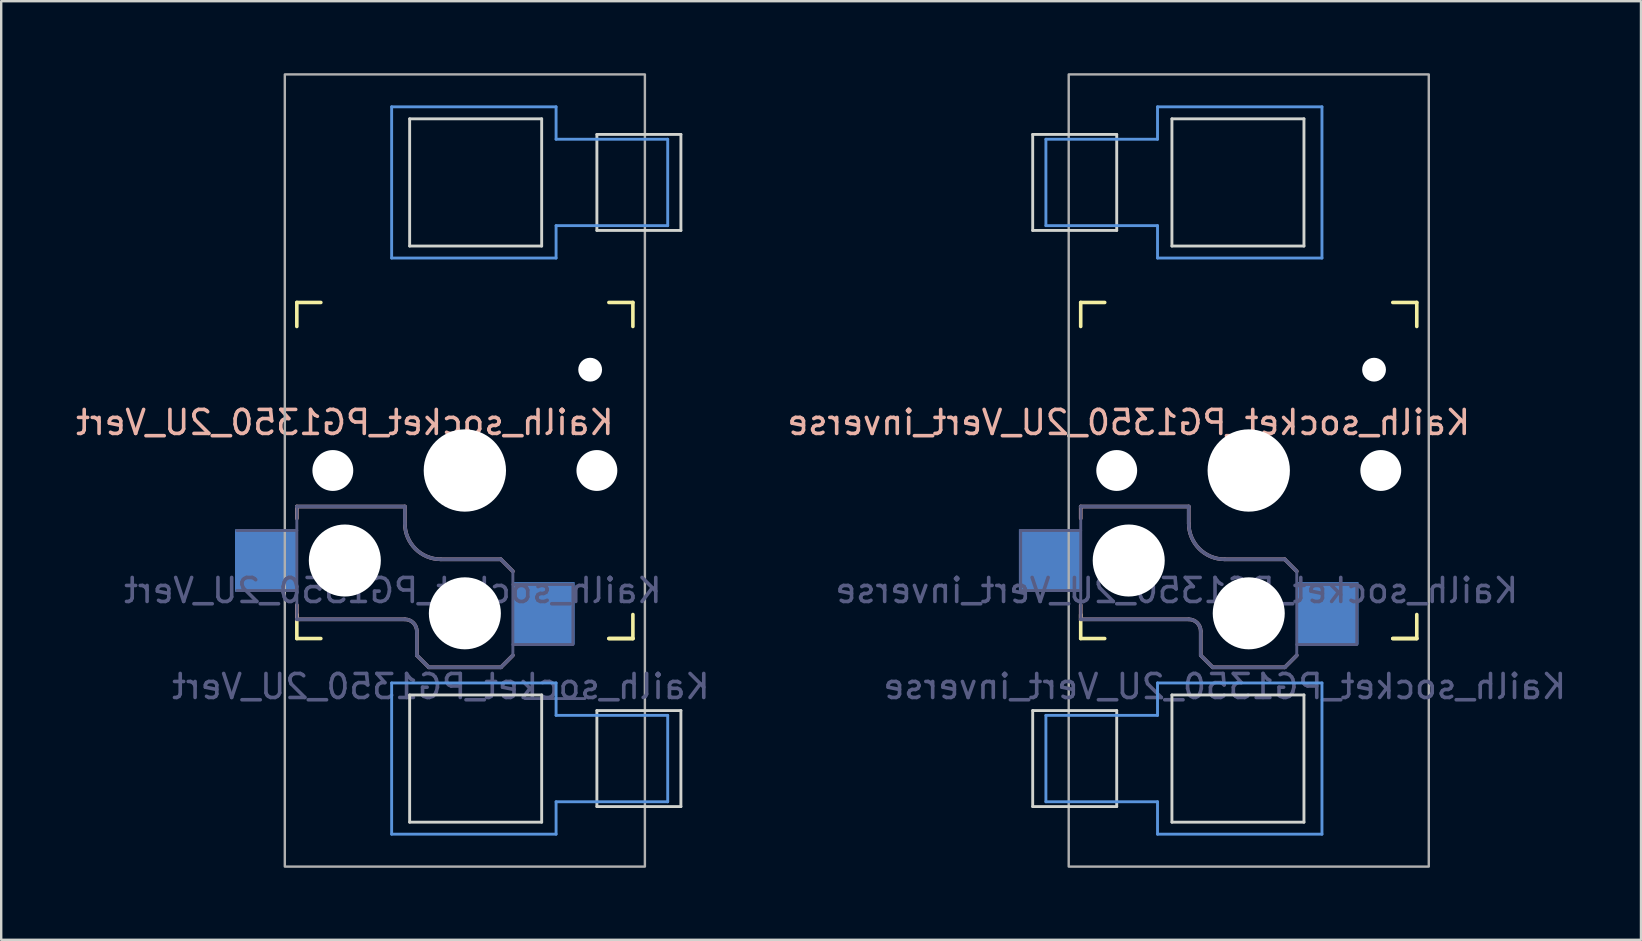
<source format=kicad_pcb>
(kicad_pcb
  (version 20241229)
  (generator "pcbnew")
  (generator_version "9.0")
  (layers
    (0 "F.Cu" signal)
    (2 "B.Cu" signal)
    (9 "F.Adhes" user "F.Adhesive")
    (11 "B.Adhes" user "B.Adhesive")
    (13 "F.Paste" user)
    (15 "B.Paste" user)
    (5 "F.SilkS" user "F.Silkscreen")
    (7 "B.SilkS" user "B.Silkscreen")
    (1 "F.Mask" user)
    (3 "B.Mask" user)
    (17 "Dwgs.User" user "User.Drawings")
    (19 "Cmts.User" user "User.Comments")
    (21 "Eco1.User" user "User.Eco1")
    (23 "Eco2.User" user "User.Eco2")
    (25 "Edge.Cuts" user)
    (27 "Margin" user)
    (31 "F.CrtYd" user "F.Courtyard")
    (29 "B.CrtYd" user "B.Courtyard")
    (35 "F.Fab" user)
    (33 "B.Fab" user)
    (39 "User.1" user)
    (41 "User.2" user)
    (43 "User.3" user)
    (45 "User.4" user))
  (footprint "Kailh_socket_PG1350_2U_Vert_inverse"
    (layer "F.Cu")
    (at 48.97 16.55)
    (property "Reference" "Kailh_socket_PG1350_2U_Vert_inverse" (at -5 -2 0) (layer "B.SilkS") (effects (font (size 1 1) (thickness 0.15)) (justify mirror)))
    (property "Value" "Kailh_socket_PG1350_2U_Vert_inverse" (at 0 8.255 0) (layer "F.Fab") (hide yes) (effects (font (size 1 1) (thickness 0.15))))
    (attr smd)
    (fp_line (start -7 -6) (end -7 -7) (stroke (width 0.15) (type solid)) (layer "F.SilkS"))
    (fp_line (start -7 7) (end -7 6) (stroke (width 0.15) (type solid)) (layer "F.SilkS"))
    (fp_line (start -7 7) (end -6 7) (stroke (width 0.15) (type solid)) (layer "F.SilkS"))
    (fp_line (start -6 -7) (end -7 -7) (stroke (width 0.15) (type solid)) (layer "F.SilkS"))
    (fp_line (start 6 7) (end 7 7) (stroke (width 0.15) (type solid)) (layer "F.SilkS"))
    (fp_line (start 7 -7) (end 6 -7) (stroke (width 0.15) (type solid)) (layer "F.SilkS"))
    (fp_line (start 7 -7) (end 7 -6) (stroke (width 0.15) (type solid)) (layer "F.SilkS"))
    (fp_line (start 7 6) (end 7 7) (stroke (width 0.15) (type solid)) (layer "F.SilkS"))
    (fp_line (start 7 7) (end 6 7) (stroke (width 0.15) (type solid)) (layer "F.SilkS"))
    (fp_line (start -7 1.5) (end -7 2) (stroke (width 0.15) (type solid)) (layer "B.SilkS"))
    (fp_line (start -7 5.6) (end -7 6.2) (stroke (width 0.15) (type solid)) (layer "B.SilkS"))
    (fp_line (start -7 6.2) (end -2.5 6.2) (stroke (width 0.15) (type solid)) (layer "B.SilkS"))
    (fp_line (start -2.5 1.5) (end -7 1.5) (stroke (width 0.15) (type solid)) (layer "B.SilkS"))
    (fp_line (start -2.5 2.2) (end -2.5 1.5) (stroke (width 0.15) (type solid)) (layer "B.SilkS"))
    (fp_line (start -2 6.7) (end -2 7.7) (stroke (width 0.15) (type solid)) (layer "B.SilkS"))
    (fp_line (start -1.5 8.2) (end -2 7.7) (stroke (width 0.15) (type solid)) (layer "B.SilkS"))
    (fp_line (start 1.5 3.7) (end -1 3.7) (stroke (width 0.15) (type solid)) (layer "B.SilkS"))
    (fp_line (start 1.5 8.2) (end -1.5 8.2) (stroke (width 0.15) (type solid)) (layer "B.SilkS"))
    (fp_line (start 2 4.2) (end 1.5 3.7) (stroke (width 0.15) (type solid)) (layer "B.SilkS"))
    (fp_line (start 2 7.7) (end 1.5 8.2) (stroke (width 0.15) (type solid)) (layer "B.SilkS"))
    (fp_arc (start -2.5 6.2) (mid -2.146447 6.346447) (end -2 6.7) (stroke (width 0.15) (type solid)) (layer "B.SilkS"))
    (fp_arc (start -1 3.7) (mid -2.06066 3.26066) (end -2.5 2.2) (stroke (width 0.15) (type solid)) (layer "B.SilkS"))
    (fp_line (start -8.45 -13.8) (end -3.8 -13.8) (stroke (width 0.12) (type solid)) (layer "Cmts.User"))
    (fp_line (start -8.45 -10.2) (end -8.45 -13.8) (stroke (width 0.12) (type solid)) (layer "Cmts.User"))
    (fp_line (start -8.45 -10.2) (end -3.8 -10.2) (stroke (width 0.12) (type solid)) (layer "Cmts.User"))
    (fp_line (start -8.45 10.2) (end -3.8 10.2) (stroke (width 0.12) (type solid)) (layer "Cmts.User"))
    (fp_line (start -8.45 13.8) (end -8.45 10.2) (stroke (width 0.12) (type solid)) (layer "Cmts.User"))
    (fp_line (start -8.45 13.8) (end -3.8 13.8) (stroke (width 0.12) (type solid)) (layer "Cmts.User"))
    (fp_line (start -3.8 -13.8) (end -3.8 -15.15) (stroke (width 0.12) (type solid)) (layer "Cmts.User"))
    (fp_line (start -3.8 -8.85) (end -3.8 -10.2) (stroke (width 0.12) (type solid)) (layer "Cmts.User"))
    (fp_line (start -3.8 10.2) (end -3.8 8.85) (stroke (width 0.12) (type solid)) (layer "Cmts.User"))
    (fp_line (start -3.8 15.15) (end -3.8 13.8) (stroke (width 0.12) (type solid)) (layer "Cmts.User"))
    (fp_line (start 3.05 -15.15) (end -3.8 -15.15) (stroke (width 0.12) (type solid)) (layer "Cmts.User"))
    (fp_line (start 3.05 -8.85) (end -3.8 -8.85) (stroke (width 0.12) (type solid)) (layer "Cmts.User"))
    (fp_line (start 3.05 -8.85) (end 3.05 -15.15) (stroke (width 0.12) (type solid)) (layer "Cmts.User"))
    (fp_line (start 3.05 8.85) (end -3.8 8.85) (stroke (width 0.12) (type solid)) (layer "Cmts.User"))
    (fp_line (start 3.05 15.15) (end -3.8 15.15) (stroke (width 0.12) (type solid)) (layer "Cmts.User"))
    (fp_line (start 3.05 15.15) (end 3.05 8.85) (stroke (width 0.12) (type solid)) (layer "Cmts.User"))
    (fp_line (start -6.9 6.9) (end -6.9 -6.9) (stroke (width 0.15) (type solid)) (layer "Eco2.User"))
    (fp_line (start -6.9 6.9) (end 6.9 6.9) (stroke (width 0.15) (type solid)) (layer "Eco2.User"))
    (fp_line (start -2.6 -3.1) (end -2.6 -6.3) (stroke (width 0.15) (type solid)) (layer "Eco2.User"))
    (fp_line (start -2.6 -3.1) (end 2.6 -3.1) (stroke (width 0.15) (type solid)) (layer "Eco2.User"))
    (fp_line (start 2.6 -6.3) (end -2.6 -6.3) (stroke (width 0.15) (type solid)) (layer "Eco2.User"))
    (fp_line (start 2.6 -3.1) (end 2.6 -6.3) (stroke (width 0.15) (type solid)) (layer "Eco2.User"))
    (fp_line (start 6.9 -6.9) (end -6.9 -6.9) (stroke (width 0.15) (type solid)) (layer "Eco2.User"))
    (fp_line (start 6.9 -6.9) (end 6.9 6.9) (stroke (width 0.15) (type solid)) (layer "Eco2.User"))
    (fp_line (start -9 -10) (end -9 -14) (stroke (width 0.12) (type solid)) (layer "Edge.Cuts"))
    (fp_line (start -9 -10) (end -5.5 -10) (stroke (width 0.12) (type solid)) (layer "Edge.Cuts"))
    (fp_line (start -9 14) (end -9 10) (stroke (width 0.12) (type solid)) (layer "Edge.Cuts"))
    (fp_line (start -9 14) (end -5.5 14) (stroke (width 0.12) (type solid)) (layer "Edge.Cuts"))
    (fp_line (start -5.5 -14) (end -9 -14) (stroke (width 0.12) (type solid)) (layer "Edge.Cuts"))
    (fp_line (start -5.5 -10) (end -5.5 -14) (stroke (width 0.12) (type solid)) (layer "Edge.Cuts"))
    (fp_line (start -5.5 10) (end -9 10) (stroke (width 0.12) (type solid)) (layer "Edge.Cuts"))
    (fp_line (start -5.5 14) (end -5.5 10) (stroke (width 0.12) (type solid)) (layer "Edge.Cuts"))
    (fp_line (start -3.2 -9.35) (end -3.2 -14.65) (stroke (width 0.12) (type solid)) (layer "Edge.Cuts"))
    (fp_line (start -3.2 -9.35) (end 2.3 -9.35) (stroke (width 0.12) (type solid)) (layer "Edge.Cuts"))
    (fp_line (start -3.2 14.65) (end -3.2 9.35) (stroke (width 0.12) (type solid)) (layer "Edge.Cuts"))
    (fp_line (start -3.2 14.65) (end 2.3 14.65) (stroke (width 0.12) (type solid)) (layer "Edge.Cuts"))
    (fp_line (start 2.3 -14.65) (end -3.2 -14.65) (stroke (width 0.12) (type solid)) (layer "Edge.Cuts"))
    (fp_line (start 2.3 -9.35) (end 2.3 -14.65) (stroke (width 0.12) (type solid)) (layer "Edge.Cuts"))
    (fp_line (start 2.3 9.35) (end -3.2 9.35) (stroke (width 0.12) (type solid)) (layer "Edge.Cuts"))
    (fp_line (start 2.3 14.65) (end 2.3 9.35) (stroke (width 0.12) (type solid)) (layer "Edge.Cuts"))
    (fp_line (start -9.5 2.5) (end -9.5 5) (stroke (width 0.12) (type solid)) (layer "B.Fab"))
    (fp_line (start -9.5 2.5) (end -7 2.5) (stroke (width 0.12) (type solid)) (layer "B.Fab"))
    (fp_line (start -7 1.5) (end -7 6.2) (stroke (width 0.12) (type solid)) (layer "B.Fab"))
    (fp_line (start -7 5) (end -9.5 5) (stroke (width 0.12) (type solid)) (layer "B.Fab"))
    (fp_line (start -7 6.2) (end -2.5 6.2) (stroke (width 0.15) (type solid)) (layer "B.Fab"))
    (fp_line (start -2.5 1.5) (end -7 1.5) (stroke (width 0.15) (type solid)) (layer "B.Fab"))
    (fp_line (start -2.5 2.2) (end -2.5 1.5) (stroke (width 0.15) (type solid)) (layer "B.Fab"))
    (fp_line (start -2 6.7) (end -2 7.7) (stroke (width 0.15) (type solid)) (layer "B.Fab"))
    (fp_line (start -1.5 8.2) (end -2 7.7) (stroke (width 0.15) (type solid)) (layer "B.Fab"))
    (fp_line (start 1.5 3.7) (end -1 3.7) (stroke (width 0.15) (type solid)) (layer "B.Fab"))
    (fp_line (start 1.5 8.2) (end -1.5 8.2) (stroke (width 0.15) (type solid)) (layer "B.Fab"))
    (fp_line (start 2 4.2) (end 1.5 3.7) (stroke (width 0.15) (type solid)) (layer "B.Fab"))
    (fp_line (start 2 4.25) (end 2 7.7) (stroke (width 0.12) (type solid)) (layer "B.Fab"))
    (fp_line (start 2 4.75) (end 4.5 4.75) (stroke (width 0.12) (type solid)) (layer "B.Fab"))
    (fp_line (start 2 7.7) (end 1.5 8.2) (stroke (width 0.15) (type solid)) (layer "B.Fab"))
    (fp_line (start 4.5 4.75) (end 4.5 7.25) (stroke (width 0.12) (type solid)) (layer "B.Fab"))
    (fp_line (start 4.5 7.25) (end 2 7.25) (stroke (width 0.12) (type solid)) (layer "B.Fab"))
    (fp_arc (start -2.5 6.2) (mid -2.146447 6.346447) (end -2 6.7) (stroke (width 0.15) (type solid)) (layer "B.Fab"))
    (fp_arc (start -1 3.7) (mid -2.06066 3.26066) (end -2.5 2.2) (stroke (width 0.15) (type solid)) (layer "B.Fab"))
    (fp_rect (start -7.5 16.5) (end 7.5 -16.5) (stroke (width 0.1) (type solid)) (fill no) (layer "F.Fab"))
    (fp_text user "${VALUE}" (at -1 9 0) (layer "B.Fab") (effects (font (size 1 1) (thickness 0.15)) (justify mirror)))
    (fp_text user "${REFERENCE}" (at -3 5 0) (layer "B.Fab") (effects (font (size 1 1) (thickness 0.15)) (justify mirror)))
    (pad "" np_thru_hole circle (at -5.5 0) (size 1.702 1.702) (drill 1.702) (layers "*.Cu" "*.Mask"))
    (pad "" np_thru_hole circle (at -5 3.75) (size 3 3) (drill 3) (layers "*.Cu" "*.Mask"))
    (pad "" np_thru_hole circle (at 0 0 90) (size 3.429 3.429) (drill 3.429) (layers "*.Cu" "*.Mask"))
    (pad "" np_thru_hole circle (at 0 5.95) (size 3 3) (drill 3) (layers "*.Cu" "*.Mask"))
    (pad "" np_thru_hole circle (at 5.22 -4.2) (size 0.991 0.991) (drill 0.991) (layers "*.Cu" "*.Mask"))
    (pad "" np_thru_hole circle (at 5.5 0) (size 1.702 1.702) (drill 1.702) (layers "*.Cu" "*.Mask"))
    (pad "1" smd rect (at 3.275 5.95) (size 2.6 2.6) (layers "B.Cu" "B.Mask" "B.Paste"))
    (pad "2" smd rect (at -8.275 3.75) (size 2.6 2.6) (layers "B.Cu" "B.Mask" "B.Paste")))
  (footprint "Kailh_socket_PG1350_2U_Vert"
    (layer "F.Cu")
    (at 16.315 16.55)
    (property "Reference" "Kailh_socket_PG1350_2U_Vert" (at -5 -2 0) (layer "B.SilkS") (effects (font (size 1 1) (thickness 0.15)) (justify mirror)))
    (property "Value" "Kailh_socket_PG1350_2U_Vert" (at 0 8.255 0) (layer "F.Fab") (hide yes) (effects (font (size 1 1) (thickness 0.15))))
    (attr smd)
    (fp_line (start -7 -6) (end -7 -7) (stroke (width 0.15) (type solid)) (layer "F.SilkS"))
    (fp_line (start -7 7) (end -7 6) (stroke (width 0.15) (type solid)) (layer "F.SilkS"))
    (fp_line (start -7 7) (end -6 7) (stroke (width 0.15) (type solid)) (layer "F.SilkS"))
    (fp_line (start -6 -7) (end -7 -7) (stroke (width 0.15) (type solid)) (layer "F.SilkS"))
    (fp_line (start 6 7) (end 7 7) (stroke (width 0.15) (type solid)) (layer "F.SilkS"))
    (fp_line (start 7 -7) (end 6 -7) (stroke (width 0.15) (type solid)) (layer "F.SilkS"))
    (fp_line (start 7 -7) (end 7 -6) (stroke (width 0.15) (type solid)) (layer "F.SilkS"))
    (fp_line (start 7 6) (end 7 7) (stroke (width 0.15) (type solid)) (layer "F.SilkS"))
    (fp_line (start 7 7) (end 6 7) (stroke (width 0.15) (type solid)) (layer "F.SilkS"))
    (fp_line (start -7 1.5) (end -7 2) (stroke (width 0.15) (type solid)) (layer "B.SilkS"))
    (fp_line (start -7 5.6) (end -7 6.2) (stroke (width 0.15) (type solid)) (layer "B.SilkS"))
    (fp_line (start -7 6.2) (end -2.5 6.2) (stroke (width 0.15) (type solid)) (layer "B.SilkS"))
    (fp_line (start -2.5 1.5) (end -7 1.5) (stroke (width 0.15) (type solid)) (layer "B.SilkS"))
    (fp_line (start -2.5 2.2) (end -2.5 1.5) (stroke (width 0.15) (type solid)) (layer "B.SilkS"))
    (fp_line (start -2 6.7) (end -2 7.7) (stroke (width 0.15) (type solid)) (layer "B.SilkS"))
    (fp_line (start -1.5 8.2) (end -2 7.7) (stroke (width 0.15) (type solid)) (layer "B.SilkS"))
    (fp_line (start 1.5 3.7) (end -1 3.7) (stroke (width 0.15) (type solid)) (layer "B.SilkS"))
    (fp_line (start 1.5 8.2) (end -1.5 8.2) (stroke (width 0.15) (type solid)) (layer "B.SilkS"))
    (fp_line (start 2 4.2) (end 1.5 3.7) (stroke (width 0.15) (type solid)) (layer "B.SilkS"))
    (fp_line (start 2 7.7) (end 1.5 8.2) (stroke (width 0.15) (type solid)) (layer "B.SilkS"))
    (fp_arc (start -2.5 6.2) (mid -2.146447 6.346447) (end -2 6.7) (stroke (width 0.15) (type solid)) (layer "B.SilkS"))
    (fp_arc (start -1 3.7) (mid -2.06066 3.26066) (end -2.5 2.2) (stroke (width 0.15) (type solid)) (layer "B.SilkS"))
    (fp_line (start -3.05 -15.15) (end -3.05 -8.85) (stroke (width 0.12) (type solid)) (layer "Cmts.User"))
    (fp_line (start -3.05 -15.15) (end 3.8 -15.15) (stroke (width 0.12) (type solid)) (layer "Cmts.User"))
    (fp_line (start -3.05 -8.85) (end 3.8 -8.85) (stroke (width 0.12) (type solid)) (layer "Cmts.User"))
    (fp_line (start -3.05 8.85) (end -3.05 15.15) (stroke (width 0.12) (type solid)) (layer "Cmts.User"))
    (fp_line (start -3.05 8.85) (end 3.8 8.85) (stroke (width 0.12) (type solid)) (layer "Cmts.User"))
    (fp_line (start -3.05 15.15) (end 3.8 15.15) (stroke (width 0.12) (type solid)) (layer "Cmts.User"))
    (fp_line (start 3.8 -15.15) (end 3.8 -13.8) (stroke (width 0.12) (type solid)) (layer "Cmts.User"))
    (fp_line (start 3.8 -10.2) (end 3.8 -8.85) (stroke (width 0.12) (type solid)) (layer "Cmts.User"))
    (fp_line (start 3.8 8.85) (end 3.8 10.2) (stroke (width 0.12) (type solid)) (layer "Cmts.User"))
    (fp_line (start 3.8 13.8) (end 3.8 15.15) (stroke (width 0.12) (type solid)) (layer "Cmts.User"))
    (fp_line (start 8.45 -13.8) (end 3.8 -13.8) (stroke (width 0.12) (type solid)) (layer "Cmts.User"))
    (fp_line (start 8.45 -13.8) (end 8.45 -10.2) (stroke (width 0.12) (type solid)) (layer "Cmts.User"))
    (fp_line (start 8.45 -10.2) (end 3.8 -10.2) (stroke (width 0.12) (type solid)) (layer "Cmts.User"))
    (fp_line (start 8.45 10.2) (end 3.8 10.2) (stroke (width 0.12) (type solid)) (layer "Cmts.User"))
    (fp_line (start 8.45 10.2) (end 8.45 13.8) (stroke (width 0.12) (type solid)) (layer "Cmts.User"))
    (fp_line (start 8.45 13.8) (end 3.8 13.8) (stroke (width 0.12) (type solid)) (layer "Cmts.User"))
    (fp_line (start -6.9 6.9) (end -6.9 -6.9) (stroke (width 0.15) (type solid)) (layer "Eco2.User"))
    (fp_line (start -6.9 6.9) (end 6.9 6.9) (stroke (width 0.15) (type solid)) (layer "Eco2.User"))
    (fp_line (start -2.6 -3.1) (end -2.6 -6.3) (stroke (width 0.15) (type solid)) (layer "Eco2.User"))
    (fp_line (start -2.6 -3.1) (end 2.6 -3.1) (stroke (width 0.15) (type solid)) (layer "Eco2.User"))
    (fp_line (start 2.6 -6.3) (end -2.6 -6.3) (stroke (width 0.15) (type solid)) (layer "Eco2.User"))
    (fp_line (start 2.6 -3.1) (end 2.6 -6.3) (stroke (width 0.15) (type solid)) (layer "Eco2.User"))
    (fp_line (start 6.9 -6.9) (end -6.9 -6.9) (stroke (width 0.15) (type solid)) (layer "Eco2.User"))
    (fp_line (start 6.9 -6.9) (end 6.9 6.9) (stroke (width 0.15) (type solid)) (layer "Eco2.User"))
    (fp_line (start -2.3 -14.65) (end -2.3 -9.35) (stroke (width 0.12) (type solid)) (layer "Edge.Cuts"))
    (fp_line (start -2.3 -9.35) (end 3.2 -9.35) (stroke (width 0.12) (type solid)) (layer "Edge.Cuts"))
    (fp_line (start -2.3 9.35) (end -2.3 14.65) (stroke (width 0.12) (type solid)) (layer "Edge.Cuts"))
    (fp_line (start -2.3 14.65) (end 3.2 14.65) (stroke (width 0.12) (type solid)) (layer "Edge.Cuts"))
    (fp_line (start 3.2 -14.65) (end -2.3 -14.65) (stroke (width 0.12) (type solid)) (layer "Edge.Cuts"))
    (fp_line (start 3.2 -14.65) (end 3.2 -9.35) (stroke (width 0.12) (type solid)) (layer "Edge.Cuts"))
    (fp_line (start 3.2 9.35) (end -2.3 9.35) (stroke (width 0.12) (type solid)) (layer "Edge.Cuts"))
    (fp_line (start 3.2 9.35) (end 3.2 14.65) (stroke (width 0.12) (type solid)) (layer "Edge.Cuts"))
    (fp_line (start 5.5 -14) (end 5.5 -10) (stroke (width 0.12) (type solid)) (layer "Edge.Cuts"))
    (fp_line (start 5.5 -10) (end 9 -10) (stroke (width 0.12) (type solid)) (layer "Edge.Cuts"))
    (fp_line (start 5.5 10) (end 5.5 14) (stroke (width 0.12) (type solid)) (layer "Edge.Cuts"))
    (fp_line (start 5.5 14) (end 9 14) (stroke (width 0.12) (type solid)) (layer "Edge.Cuts"))
    (fp_line (start 9 -14) (end 5.5 -14) (stroke (width 0.12) (type solid)) (layer "Edge.Cuts"))
    (fp_line (start 9 -14) (end 9 -10) (stroke (width 0.12) (type solid)) (layer "Edge.Cuts"))
    (fp_line (start 9 10) (end 5.5 10) (stroke (width 0.12) (type solid)) (layer "Edge.Cuts"))
    (fp_line (start 9 10) (end 9 14) (stroke (width 0.12) (type solid)) (layer "Edge.Cuts"))
    (fp_line (start -9.5 2.5) (end -7 2.5) (stroke (width 0.12) (type solid)) (layer "B.Fab"))
    (fp_line (start -7 1.5) (end -7 6.2) (stroke (width 0.12) (type solid)) (layer "B.Fab"))
    (fp_line (start -7 5) (end -9.5 5) (stroke (width 0.12) (type solid)) (layer "B.Fab"))
    (fp_line (start -7 6.2) (end -2.5 6.2) (stroke (width 0.15) (type solid)) (layer "B.Fab"))
    (fp_line (start -2.5 1.5) (end -7 1.5) (stroke (width 0.15) (type solid)) (layer "B.Fab"))
    (fp_line (start -2.5 2.2) (end -2.5 1.5) (stroke (width 0.15) (type solid)) (layer "B.Fab"))
    (fp_line (start -2 6.7) (end -2 7.7) (stroke (width 0.15) (type solid)) (layer "B.Fab"))
    (fp_line (start -1.5 8.2) (end -2 7.7) (stroke (width 0.15) (type solid)) (layer "B.Fab"))
    (fp_line (start 1.5 3.7) (end -1 3.7) (stroke (width 0.15) (type solid)) (layer "B.Fab"))
    (fp_line (start 1.5 8.2) (end -1.5 8.2) (stroke (width 0.15) (type solid)) (layer "B.Fab"))
    (fp_line (start 2 4.2) (end 1.5 3.7) (stroke (width 0.15) (type solid)) (layer "B.Fab"))
    (fp_line (start 2 4.25) (end 2 7.7) (stroke (width 0.12) (type solid)) (layer "B.Fab"))
    (fp_line (start 2 4.75) (end 4.5 4.75) (stroke (width 0.12) (type solid)) (layer "B.Fab"))
    (fp_line (start 2 7.7) (end 1.5 8.2) (stroke (width 0.15) (type solid)) (layer "B.Fab"))
    (fp_line (start 4.5 4.75) (end 4.5 7.25) (stroke (width 0.12) (type solid)) (layer "B.Fab"))
    (fp_line (start 4.5 7.25) (end 2 7.25) (stroke (width 0.12) (type solid)) (layer "B.Fab"))
    (fp_line (start 5 9.5) (end 2.5 9.5) (stroke (width 0.12) (type solid)) (layer "B.Fab"))
    (fp_arc (start -2.5 6.2) (mid -2.146447 6.346447) (end -2 6.7) (stroke (width 0.15) (type solid)) (layer "B.Fab"))
    (fp_arc (start -1 3.7) (mid -2.06066 3.26066) (end -2.5 2.2) (stroke (width 0.15) (type solid)) (layer "B.Fab"))
    (fp_rect (start -7.5 16.5) (end 7.5 -16.5) (stroke (width 0.1) (type solid)) (fill no) (layer "F.Fab"))
    (fp_text user "${REFERENCE}" (at -3 5 0) (layer "B.Fab") (effects (font (size 1 1) (thickness 0.15)) (justify mirror)))
    (fp_text user "${VALUE}" (at -1 9 0) (layer "B.Fab") (effects (font (size 1 1) (thickness 0.15)) (justify mirror)))
    (pad "" np_thru_hole circle (at -5.5 0) (size 1.702 1.702) (drill 1.702) (layers "*.Cu" "*.Mask"))
    (pad "" np_thru_hole circle (at -5 3.75) (size 3 3) (drill 3) (layers "*.Cu" "*.Mask"))
    (pad "" np_thru_hole circle (at 0 0 270) (size 3.429 3.429) (drill 3.429) (layers "*.Cu" "*.Mask"))
    (pad "" np_thru_hole circle (at 0 5.95) (size 3 3) (drill 3) (layers "*.Cu" "*.Mask"))
    (pad "" np_thru_hole circle (at 5.22 -4.2) (size 0.991 0.991) (drill 0.991) (layers "*.Cu" "*.Mask"))
    (pad "" np_thru_hole circle (at 5.5 0) (size 1.702 1.702) (drill 1.702) (layers "*.Cu" "*.Mask"))
    (pad "1" smd rect (at 3.275 5.95) (size 2.6 2.6) (layers "B.Cu" "B.Mask" "B.Paste"))
    (pad "2" smd rect (at -8.275 3.75) (size 2.6 2.6) (layers "B.Cu" "B.Mask" "B.Paste")))
  (gr_rect
    (start -3 -3)
    (end 65.31 36.1)
    (stroke (width 0.1) (type default))
    (fill no)
    (layer "Edge.Cuts")))
</source>
